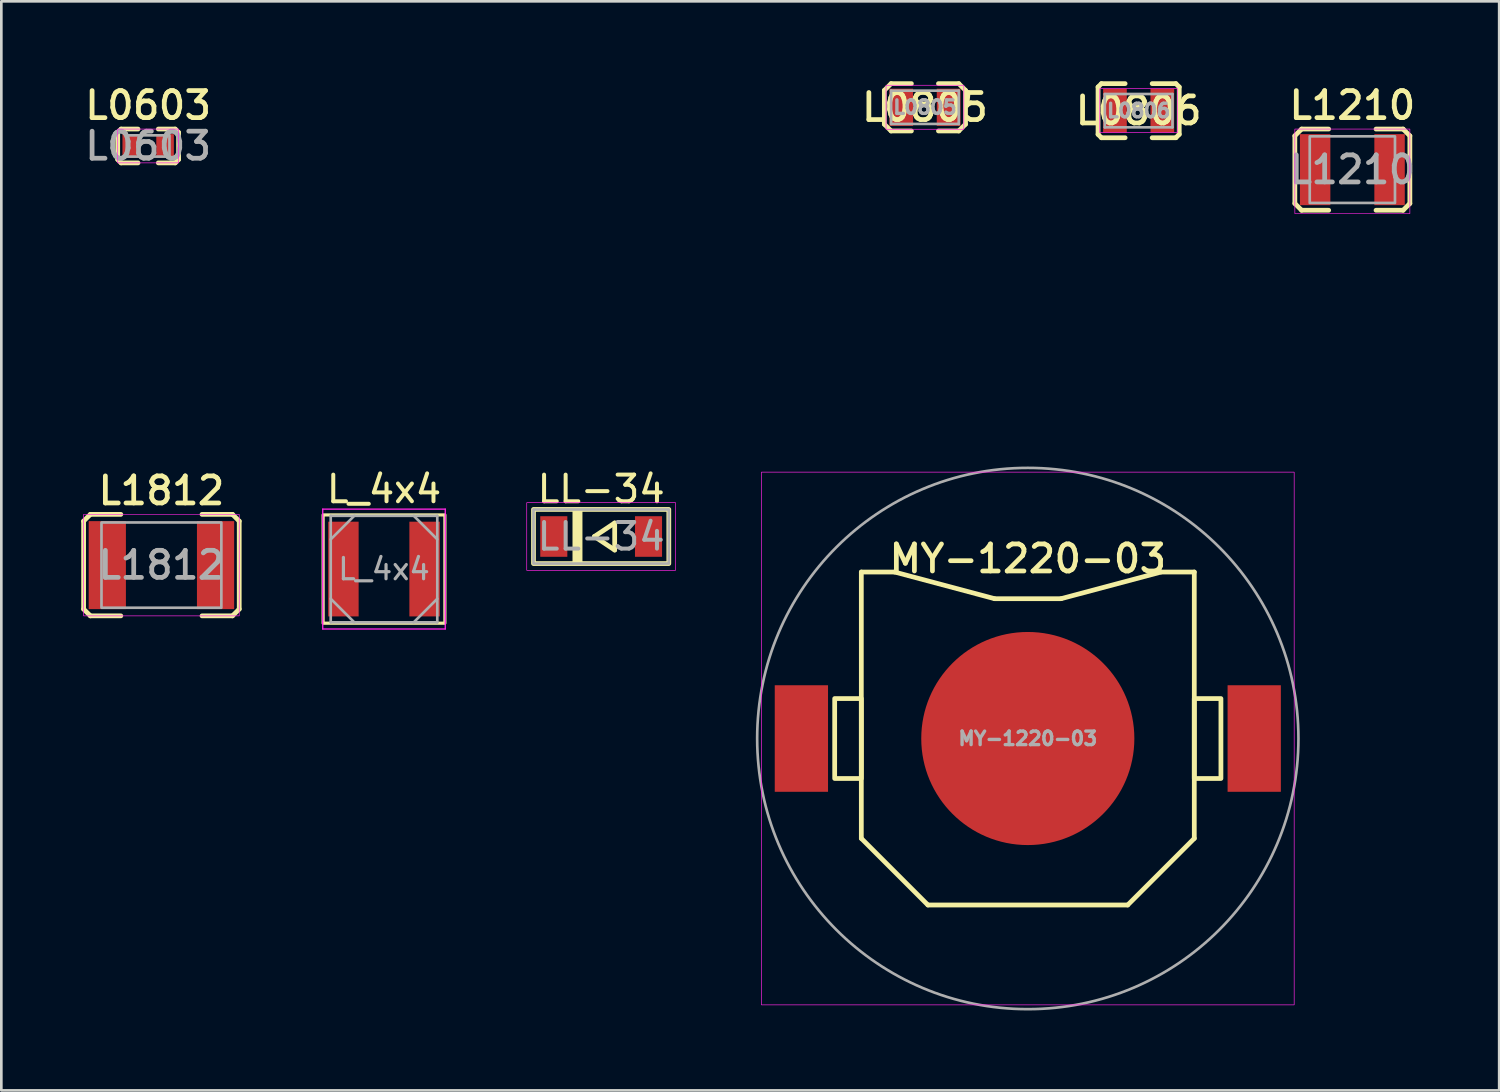
<source format=kicad_pcb>
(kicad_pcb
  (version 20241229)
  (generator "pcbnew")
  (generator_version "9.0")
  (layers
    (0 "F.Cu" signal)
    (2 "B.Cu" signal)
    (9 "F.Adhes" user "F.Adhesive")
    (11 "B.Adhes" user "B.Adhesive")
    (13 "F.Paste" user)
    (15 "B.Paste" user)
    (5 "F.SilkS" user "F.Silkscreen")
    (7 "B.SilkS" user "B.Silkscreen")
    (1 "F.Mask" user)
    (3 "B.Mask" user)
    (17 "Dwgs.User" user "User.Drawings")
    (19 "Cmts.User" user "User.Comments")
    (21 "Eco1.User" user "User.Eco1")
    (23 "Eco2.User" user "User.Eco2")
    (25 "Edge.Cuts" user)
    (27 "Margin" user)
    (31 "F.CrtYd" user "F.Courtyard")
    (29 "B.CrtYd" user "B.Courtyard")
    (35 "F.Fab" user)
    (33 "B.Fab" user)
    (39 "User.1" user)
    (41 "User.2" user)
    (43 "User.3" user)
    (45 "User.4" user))
  (footprint "L_4x4"
    (layer "F.Cu")
    (at 11.366 18.313)
    (property "Reference" "L_4x4" (at 0 -3 0) (layer "F.SilkS") (effects (font (size 1 1) (thickness 0.15))))
    (attr smd)
    (fp_rect (start -2.286 -2.032) (end 2.286 2.032) (stroke (width 0.12) (type solid)) (fill no) (layer "F.SilkS"))
    (fp_line (start -2.3 -2.25) (end 2.3 -2.25) (stroke (width 0.05) (type solid)) (layer "F.CrtYd"))
    (fp_line (start -2.3 2.25) (end -2.3 -2.25) (stroke (width 0.05) (type solid)) (layer "F.CrtYd"))
    (fp_line (start 2.3 -2.25) (end 2.3 2.25) (stroke (width 0.05) (type solid)) (layer "F.CrtYd"))
    (fp_line (start 2.3 2.25) (end -2.3 2.25) (stroke (width 0.05) (type solid)) (layer "F.CrtYd"))
    (fp_line (start -2 -2) (end 2 -2) (stroke (width 0.1) (type solid)) (layer "F.Fab"))
    (fp_line (start -2 -1.115) (end -1.115 -2) (stroke (width 0.1) (type solid)) (layer "F.Fab"))
    (fp_line (start -2 2) (end -2 -2) (stroke (width 0.1) (type solid)) (layer "F.Fab"))
    (fp_line (start -1.115 2) (end -2 1.115) (stroke (width 0.1) (type solid)) (layer "F.Fab"))
    (fp_line (start 1.115 -2) (end 2 -1.115) (stroke (width 0.1) (type solid)) (layer "F.Fab"))
    (fp_line (start 2 -2) (end 2 2) (stroke (width 0.1) (type solid)) (layer "F.Fab"))
    (fp_line (start 2 1.115) (end 1.115 2) (stroke (width 0.1) (type solid)) (layer "F.Fab"))
    (fp_line (start 2 2) (end -2 2) (stroke (width 0.1) (type solid)) (layer "F.Fab"))
    (fp_text user "${REFERENCE}" (at 0 0 0) (layer "F.Fab") (effects (font (size 0.8 0.8) (thickness 0.12))))
    (pad "1" smd rect (at -1.524 0) (size 1.143 3.556) (layers "F.Cu" "F.Mask" "F.Paste"))
    (pad "2" smd rect (at 1.524 0) (size 1.143 3.556) (layers "F.Cu" "F.Mask" "F.Paste")))
  (footprint "LL-34"
    (layer "F.Cu")
    (at 19.518 17.091)
    (property "Reference" "LL-34" (at 0 -1.778 0) (unlocked yes) (layer "F.SilkS") (effects (font (size 1 1) (thickness 0.15))))
    (attr through_hole)
    (fp_line (start -0.254 0) (end 0.508 -0.508) (stroke (width 0.178) (type solid)) (layer "F.SilkS"))
    (fp_line (start 0.508 -0.508) (end 0.508 0.508) (stroke (width 0.178) (type solid)) (layer "F.SilkS"))
    (fp_line (start 0.508 0.508) (end -0.254 0) (stroke (width 0.178) (type solid)) (layer "F.SilkS"))
    (fp_rect (start -2.54 -1.016) (end 2.54 1.016) (stroke (width 0.178) (type solid)) (fill no) (layer "F.SilkS"))
    (fp_rect (start -1.016 -1.016) (end -0.762 1.016) (stroke (width 0.12) (type solid)) (fill yes) (layer "F.SilkS"))
    (fp_rect (start -2.794 -1.27) (end 2.794 1.27) (stroke (width 0.025) (type solid)) (fill no) (layer "F.CrtYd"))
    (fp_rect (start -2.54 -1.016) (end 2.54 1.016) (stroke (width 0.1) (type solid)) (fill no) (layer "F.Fab"))
    (fp_text user "${REFERENCE}" (at 0 0 0) (unlocked yes) (layer "F.Fab") (effects (font (size 1 1) (thickness 0.15))))
    (pad "A" smd rect (at 1.778 0) (size 1.016 1.524) (layers "F.Cu" "F.Mask" "F.Paste"))
    (pad "C" smd rect (at -1.778 0) (size 1.016 1.524) (layers "F.Cu" "F.Mask" "F.Paste")))
  (footprint "L1210"
    (layer "F.Cu")
    (at 47.719 3.319)
    (property "Reference" "L1210" (at 0 -2.413 0) (layer "F.SilkS") (effects (font (size 1.016 1.016) (thickness 0.178))))
    (attr smd)
    (fp_line (start -2.159 -1.27) (end -1.905 -1.524) (stroke (width 0.178) (type solid)) (layer "F.SilkS"))
    (fp_line (start -2.159 1.27) (end -2.159 -1.27) (stroke (width 0.178) (type solid)) (layer "F.SilkS"))
    (fp_line (start -1.905 -1.524) (end -0.889 -1.524) (stroke (width 0.178) (type solid)) (layer "F.SilkS"))
    (fp_line (start -1.905 1.524) (end -2.159 1.27) (stroke (width 0.178) (type solid)) (layer "F.SilkS"))
    (fp_line (start -1.905 1.524) (end -0.889 1.524) (stroke (width 0.178) (type solid)) (layer "F.SilkS"))
    (fp_line (start 0.889 -1.524) (end 1.905 -1.524) (stroke (width 0.178) (type solid)) (layer "F.SilkS"))
    (fp_line (start 0.889 1.524) (end 1.905 1.524) (stroke (width 0.178) (type solid)) (layer "F.SilkS"))
    (fp_line (start 1.905 -1.524) (end 2.159 -1.27) (stroke (width 0.178) (type solid)) (layer "F.SilkS"))
    (fp_line (start 1.905 1.524) (end 2.159 1.27) (stroke (width 0.178) (type solid)) (layer "F.SilkS"))
    (fp_line (start 2.159 1.27) (end 2.159 -1.27) (stroke (width 0.178) (type solid)) (layer "F.SilkS"))
    (fp_rect (start -2.159 -1.524) (end 2.159 1.651) (stroke (width 0.025) (type solid)) (fill no) (layer "F.CrtYd"))
    (fp_rect (start -1.6 -1.25) (end 1.6 1.25) (stroke (width 0.1) (type solid)) (fill no) (layer "F.Fab"))
    (fp_text user "${REFERENCE}" (at 0 0 0) (layer "F.Fab") (effects (font (size 1.016 1.016) (thickness 0.178))))
    (pad "1" smd rect (at -1.397 0) (size 1.143 2.667) (layers "F.Cu" "F.Mask" "F.Paste"))
    (pad "2" smd rect (at 1.397 0) (size 1.143 2.667) (layers "F.Cu" "F.Mask" "F.Paste")))
  (footprint "L0805"
    (layer "F.Cu")
    (at 31.673 0.978)
    (property "Reference" "L0805" (at 0 0 0) (layer "F.SilkS") (effects (font (size 1.016 1.016) (thickness 0.178))))
    (attr smd)
    (fp_line (start -1.524 -0.635) (end -1.524 0.635) (stroke (width 0.178) (type solid)) (layer "F.SilkS"))
    (fp_line (start -1.524 -0.635) (end -1.27 -0.889) (stroke (width 0.178) (type solid)) (layer "F.SilkS"))
    (fp_line (start -1.524 0.635) (end -1.27 0.889) (stroke (width 0.178) (type solid)) (layer "F.SilkS"))
    (fp_line (start -1.27 -0.889) (end -0.508 -0.889) (stroke (width 0.178) (type solid)) (layer "F.SilkS"))
    (fp_line (start -1.27 0.889) (end -0.508 0.889) (stroke (width 0.178) (type solid)) (layer "F.SilkS"))
    (fp_line (start 0.508 -0.889) (end 1.27 -0.889) (stroke (width 0.178) (type solid)) (layer "F.SilkS"))
    (fp_line (start 0.508 0.889) (end 1.27 0.889) (stroke (width 0.178) (type solid)) (layer "F.SilkS"))
    (fp_line (start 1.27 -0.889) (end 1.524 -0.635) (stroke (width 0.178) (type solid)) (layer "F.SilkS"))
    (fp_line (start 1.27 0.889) (end 1.524 0.635) (stroke (width 0.178) (type solid)) (layer "F.SilkS"))
    (fp_line (start 1.524 -0.635) (end 1.524 0.635) (stroke (width 0.178) (type solid)) (layer "F.SilkS"))
    (fp_rect (start -1.46 -0.826) (end 1.46 0.826) (stroke (width 0.025) (type solid)) (fill no) (layer "F.CrtYd"))
    (fp_line (start -1.27 -0.625) (end 1.27 -0.625) (stroke (width 0.1) (type solid)) (layer "F.Fab"))
    (fp_line (start -1.27 0.625) (end -1.27 -0.625) (stroke (width 0.1) (type solid)) (layer "F.Fab"))
    (fp_line (start 1.27 -0.625) (end 1.27 0.625) (stroke (width 0.1) (type solid)) (layer "F.Fab"))
    (fp_line (start 1.27 0.625) (end -1.27 0.625) (stroke (width 0.1) (type solid)) (layer "F.Fab"))
    (fp_text user "${REFERENCE}" (at 0 0 0) (layer "F.Fab") (effects (font (size 0.508 0.508) (thickness 0.127))))
    (pad "1" smd rect (at -0.889 0) (size 0.889 1.397) (layers "F.Cu" "F.Mask" "F.Paste"))
    (pad "2" smd rect (at 0.889 0) (size 0.889 1.397) (layers "F.Cu" "F.Mask" "F.Paste")))
  (footprint "L0603"
    (layer "F.Cu")
    (at 2.512 2.43)
    (property "Reference" "L0603" (at 0 -1.524 0) (layer "F.SilkS") (effects (font (size 1.016 1.016) (thickness 0.178))))
    (attr smd)
    (fp_line (start -1.143 -0.508) (end -1.143 0.508) (stroke (width 0.178) (type solid)) (layer "F.SilkS"))
    (fp_line (start -1.143 -0.508) (end -1.016 -0.635) (stroke (width 0.178) (type solid)) (layer "F.SilkS"))
    (fp_line (start -1.016 0.635) (end -1.143 0.508) (stroke (width 0.178) (type solid)) (layer "F.SilkS"))
    (fp_line (start -1.016 0.635) (end -0.381 0.635) (stroke (width 0.178) (type solid)) (layer "F.SilkS"))
    (fp_line (start -0.381 -0.635) (end -1.016 -0.635) (stroke (width 0.178) (type solid)) (layer "F.SilkS"))
    (fp_line (start 0.381 0.635) (end 1.016 0.635) (stroke (width 0.178) (type solid)) (layer "F.SilkS"))
    (fp_line (start 1.016 -0.635) (end 0.381 -0.635) (stroke (width 0.178) (type solid)) (layer "F.SilkS"))
    (fp_line (start 1.016 -0.635) (end 1.143 -0.508) (stroke (width 0.178) (type solid)) (layer "F.SilkS"))
    (fp_line (start 1.016 0.635) (end 1.143 0.508) (stroke (width 0.178) (type solid)) (layer "F.SilkS"))
    (fp_line (start 1.143 0.508) (end 1.143 -0.508) (stroke (width 0.178) (type solid)) (layer "F.SilkS"))
    (fp_rect (start -1.143 -0.635) (end 1.143 0.635) (stroke (width 0.025) (type solid)) (fill no) (layer "F.CrtYd"))
    (fp_rect (start -0.8 -0.4) (end 0.8 0.4) (stroke (width 0.1) (type solid)) (fill no) (layer "F.Fab"))
    (fp_text user "${REFERENCE}" (at 0 0 0) (layer "F.Fab") (effects (font (size 1.016 1.016) (thickness 0.178))))
    (fp_text user "Auth: Thanh Duong" (at 0 8.128 0) (unlocked yes) (layer "User.1") (effects (font (size 1.016 1.016) (thickness 0.178) (italic yes)) (justify left)))
    (fp_text user "Footprint: 0603 (1608 Metric)" (at 0 4.064 0) (unlocked yes) (layer "User.1") (effects (font (size 1.016 1.016) (thickness 0.178) (italic yes)) (justify left)))
    (fp_text user "Dimension: 1.6x0.8mm" (at 0 6.096 0) (unlocked yes) (layer "User.1") (effects (font (size 1.016 1.016) (thickness 0.178) (italic yes)) (justify left)))
    (pad "1" smd rect (at -0.635 0) (size 0.66 0.889) (layers "F.Cu" "F.Mask" "F.Paste"))
    (pad "2" smd rect (at 0.635 0) (size 0.66 0.889) (layers "F.Cu" "F.Mask" "F.Paste")))
  (footprint "L0806"
    (layer "F.Cu")
    (at 39.696 1.105)
    (property "Reference" "L0806" (at 0 0 0) (layer "F.SilkS") (effects (font (size 1.016 1.016) (thickness 0.178))))
    (attr smd)
    (fp_line (start -1.524 -0.889) (end -1.524 0.889) (stroke (width 0.178) (type solid)) (layer "F.SilkS"))
    (fp_line (start -1.524 -0.889) (end -1.397 -1.016) (stroke (width 0.178) (type solid)) (layer "F.SilkS"))
    (fp_line (start -1.524 0.889) (end -1.397 1.016) (stroke (width 0.178) (type solid)) (layer "F.SilkS"))
    (fp_line (start -1.397 -1.016) (end -0.508 -1.016) (stroke (width 0.178) (type solid)) (layer "F.SilkS"))
    (fp_line (start -1.397 1.016) (end -0.508 1.016) (stroke (width 0.178) (type solid)) (layer "F.SilkS"))
    (fp_line (start 0.508 -1.016) (end 1.397 -1.016) (stroke (width 0.178) (type solid)) (layer "F.SilkS"))
    (fp_line (start 0.508 1.016) (end 1.397 1.016) (stroke (width 0.178) (type solid)) (layer "F.SilkS"))
    (fp_line (start 1.397 -1.016) (end 1.524 -0.889) (stroke (width 0.178) (type solid)) (layer "F.SilkS"))
    (fp_line (start 1.397 1.016) (end 1.524 0.889) (stroke (width 0.178) (type solid)) (layer "F.SilkS"))
    (fp_line (start 1.524 -0.889) (end 1.524 0.889) (stroke (width 0.178) (type solid)) (layer "F.SilkS"))
    (fp_rect (start -1.46 -0.826) (end 1.46 0.826) (stroke (width 0.025) (type solid)) (fill no) (layer "F.CrtYd"))
    (fp_line (start -1.27 -0.625) (end 1.27 -0.625) (stroke (width 0.1) (type solid)) (layer "F.Fab"))
    (fp_line (start -1.27 0.625) (end -1.27 -0.625) (stroke (width 0.1) (type solid)) (layer "F.Fab"))
    (fp_line (start 1.27 -0.625) (end 1.27 0.625) (stroke (width 0.1) (type solid)) (layer "F.Fab"))
    (fp_line (start 1.27 0.625) (end -1.27 0.625) (stroke (width 0.1) (type solid)) (layer "F.Fab"))
    (fp_text user "${REFERENCE}" (at 0 0 0) (layer "F.Fab") (effects (font (size 0.508 0.508) (thickness 0.127))))
    (pad "1" smd rect (at -0.889 0) (size 0.889 1.651) (layers "F.Cu" "F.Mask" "F.Paste"))
    (pad "2" smd rect (at 0.889 0) (size 0.889 1.651) (layers "F.Cu" "F.Mask" "F.Paste"))
    (zone (net_name "") (layer "F.Cu") (hatch full 0.5) (connect_pads) (min_thickness 0.25) (filled_areas_thickness no) (keepout (tracks allowed) (vias allowed) (pads allowed) (copperpour not_allowed) (footprints allowed)) (placement (enabled no)) (fill) (polygon (pts (xy 39.496 0.405) (xy 39.496 1.805) (xy 39.896 1.805) (xy 39.896 0.405)))))
  (footprint "MY-1220-03"
    (layer "F.Cu")
    (at 35.535 24.675)
    (property "Reference" "MY-1220-03" (at 0 -6.75 0) (layer "F.SilkS") (effects (font (size 1.016 1.016) (thickness 0.178))))
    (attr smd)
    (fp_line (start -6.25 -6.25) (end -6.25 3.75) (stroke (width 0.178) (type solid)) (layer "F.SilkS"))
    (fp_line (start -5 -6.25) (end -6.25 -6.25) (stroke (width 0.178) (type solid)) (layer "F.SilkS"))
    (fp_line (start -3.75 6.25) (end -6.25 3.75) (stroke (width 0.178) (type solid)) (layer "F.SilkS"))
    (fp_line (start -3.75 6.25) (end 3.75 6.25) (stroke (width 0.178) (type solid)) (layer "F.SilkS"))
    (fp_line (start -1.25 -5.25) (end -5 -6.25) (stroke (width 0.178) (type solid)) (layer "F.SilkS"))
    (fp_line (start 1.25 -5.25) (end -1.25 -5.25) (stroke (width 0.178) (type solid)) (layer "F.SilkS"))
    (fp_line (start 1.25 -5.25) (end 5 -6.25) (stroke (width 0.178) (type solid)) (layer "F.SilkS"))
    (fp_line (start 3.75 6.25) (end 6.25 3.75) (stroke (width 0.178) (type solid)) (layer "F.SilkS"))
    (fp_line (start 5 -6.25) (end 6.25 -6.25) (stroke (width 0.178) (type solid)) (layer "F.SilkS"))
    (fp_line (start 6.25 -6.25) (end 6.25 3.75) (stroke (width 0.178) (type solid)) (layer "F.SilkS"))
    (fp_rect (start -7.25 -1.5) (end -6.25 1.5) (stroke (width 0.178) (type solid)) (fill no) (layer "F.SilkS"))
    (fp_rect (start 6.25 -1.5) (end 7.25 1.5) (stroke (width 0.178) (type solid)) (fill no) (layer "F.SilkS"))
    (fp_rect (start -10 -10) (end 10 10) (stroke (width 0.025) (type solid)) (fill no) (layer "F.CrtYd"))
    (fp_circle (center 0 0) (end 10.16 0) (stroke (width 0.1) (type solid)) (fill no) (layer "F.Fab"))
    (fp_text user "${REFERENCE}" (at 0 0 0) (layer "F.Fab") (effects (font (size 0.508 0.508) (thickness 0.127))))
    (pad "1" smd rect (at -8.5 0) (size 2 4) (layers "F.Cu" "F.Mask" "F.Paste"))
    (pad "1" smd rect (at 8.5 0) (size 2 4) (layers "F.Cu" "F.Mask" "F.Paste"))
    (pad "2" smd circle (at 0 0) (size 8 8) (layers "F.Cu" "F.Mask")))
  (footprint "L1812"
    (layer "F.Cu")
    (at 3.01 18.165)
    (property "Reference" "L1812" (at 0 -2.794 0) (unlocked yes) (layer "F.SilkS") (effects (font (size 1.016 1.016) (thickness 0.178))))
    (attr smd)
    (fp_line (start -2.921 -1.651) (end -2.667 -1.905) (stroke (width 0.178) (type solid)) (layer "F.SilkS"))
    (fp_line (start -2.921 1.651) (end -2.921 -1.651) (stroke (width 0.178) (type solid)) (layer "F.SilkS"))
    (fp_line (start -2.667 -1.905) (end -1.524 -1.905) (stroke (width 0.178) (type solid)) (layer "F.SilkS"))
    (fp_line (start -2.667 1.905) (end -2.921 1.651) (stroke (width 0.178) (type solid)) (layer "F.SilkS"))
    (fp_line (start -2.667 1.905) (end -1.524 1.905) (stroke (width 0.178) (type solid)) (layer "F.SilkS"))
    (fp_line (start 1.524 -1.905) (end 2.667 -1.905) (stroke (width 0.178) (type solid)) (layer "F.SilkS"))
    (fp_line (start 1.524 1.905) (end 2.667 1.905) (stroke (width 0.178) (type solid)) (layer "F.SilkS"))
    (fp_line (start 2.667 -1.905) (end 2.921 -1.651) (stroke (width 0.178) (type solid)) (layer "F.SilkS"))
    (fp_line (start 2.667 1.905) (end 2.921 1.651) (stroke (width 0.178) (type solid)) (layer "F.SilkS"))
    (fp_line (start 2.921 1.651) (end 2.921 -1.651) (stroke (width 0.178) (type solid)) (layer "F.SilkS"))
    (fp_rect (start -2.921 -1.905) (end 2.921 1.905) (stroke (width 0.025) (type solid)) (fill no) (layer "F.CrtYd"))
    (fp_rect (start -2.25 -1.6) (end 2.25 1.6) (stroke (width 0.1) (type solid)) (fill no) (layer "F.Fab"))
    (fp_text user "${REFERENCE}" (at 0 0 0) (unlocked yes) (layer "F.Fab") (effects (font (size 1.016 1.016) (thickness 0.178))))
    (pad "1" smd rect (at -2.032 0) (size 1.397 3.302) (layers "F.Cu" "F.Mask" "F.Paste"))
    (pad "2" smd rect (at 2.032 0) (size 1.397 3.302) (layers "F.Cu" "F.Mask" "F.Paste")))
  (gr_rect
    (start -3 -3)
    (end 53.231 37.885)
    (stroke (width 0.1) (type default))
    (fill no)
    (layer "Edge.Cuts")))
</source>
